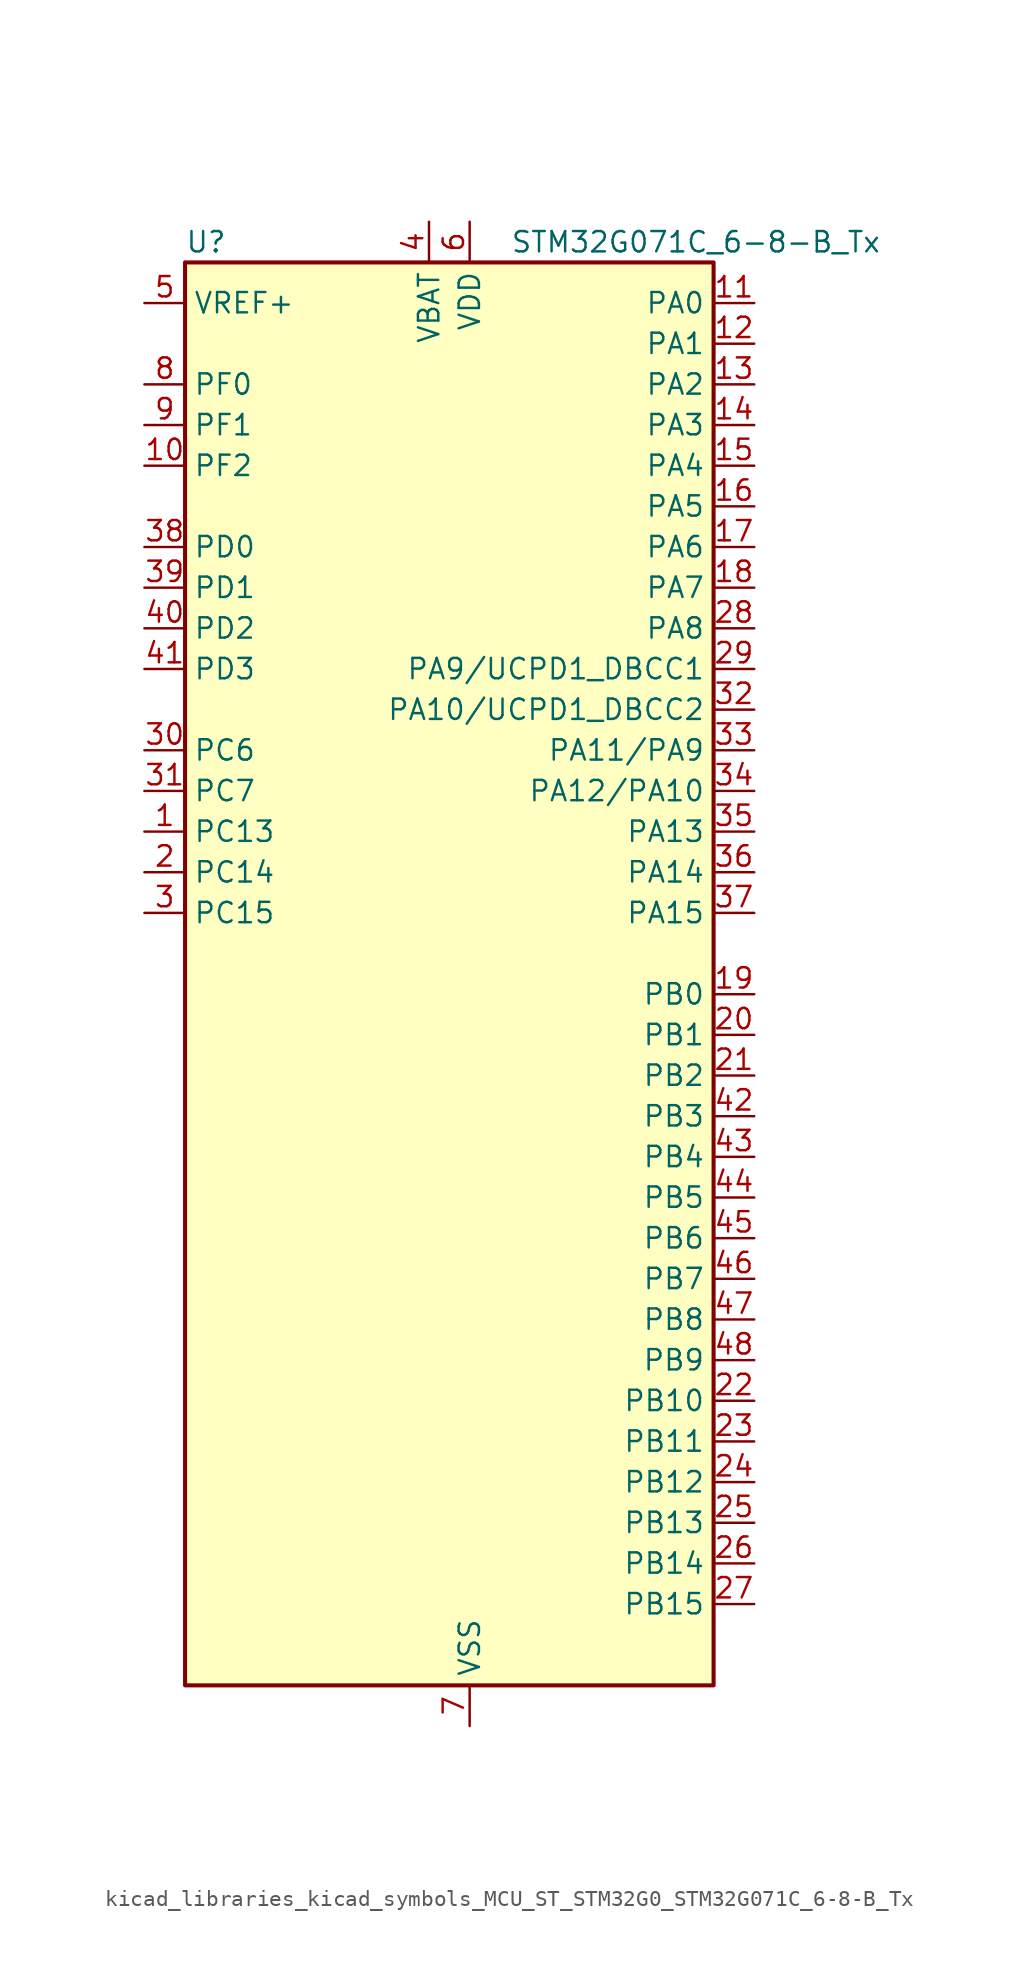
<source format=kicad_sym>
(kicad_symbol_lib
  (version 20220914)
  (generator kicad_symbol_editor)
  (symbol "kicad_libraries_kicad_symbols_MCU_ST_STM32G0_STM32G071C_6-8-B_Tx"
    (property "Reference" "U"
      (at -15.24 46.99 0)
      (effects (font (size 1.27 1.27)) (justify left)))
    (property "Value" "STM32G071C_6-8-B_Tx"
      (at 5.08 46.99 0)
      (effects (font (size 1.27 1.27)) (justify left)))
    (property "ki_locked" ""
      (at 0 0 0)
      (effects (font (size 1.27 1.27))))
    (symbol "kicad_libraries_kicad_symbols_MCU_ST_STM32G0_STM32G071C_6-8-B_Tx_0_1"
      (rectangle (start -15.24 -43.18) (end 17.78 45.72) (stroke (width 0.254) (type default)) (fill (type background))))
    (symbol "kicad_libraries_kicad_symbols_MCU_ST_STM32G0_STM32G071C_6-8-B_Tx_1_1"
      (pin bidirectional line (at -17.78 10.16 0) (length 2.54) (name "PC13" (effects (font (size 1.27 1.27)))) (number "1" (effects (font (size 1.27 1.27)))) (alternate "RTC_OUT_ALARM" bidirectional line) (alternate "RTC_OUT_CALIB" bidirectional line) (alternate "RTC_TAMP_IN1" bidirectional line) (alternate "RTC_TS" bidirectional line) (alternate "SYS_WKUP2" bidirectional line) (alternate "TIM1_BK" bidirectional line))
      (pin bidirectional line (at -17.78 33.02 0) (length 2.54) (name "PF2" (effects (font (size 1.27 1.27)))) (number "10" (effects (font (size 1.27 1.27)))) (alternate "RCC_MCO" bidirectional line))
      (pin bidirectional line (at 20.32 43.18 180) (length 2.54) (name "PA0" (effects (font (size 1.27 1.27)))) (number "11" (effects (font (size 1.27 1.27)))) (alternate "ADC1_IN0" bidirectional line) (alternate "COMP1_INM" bidirectional line) (alternate "COMP1_OUT" bidirectional line) (alternate "LPTIM1_OUT" bidirectional line) (alternate "RTC_TAMP_IN2" bidirectional line) (alternate "SPI2_SCK" bidirectional line) (alternate "SYS_WKUP1" bidirectional line) (alternate "TIM2_CH1" bidirectional line) (alternate "TIM2_ETR" bidirectional line) (alternate "UCPD2_FRSTX1" bidirectional line) (alternate "UCPD2_FRSTX2" bidirectional line) (alternate "USART2_CTS" bidirectional line) (alternate "USART2_NSS" bidirectional line) (alternate "USART4_TX" bidirectional line))
      (pin bidirectional line (at 20.32 40.64 180) (length 2.54) (name "PA1" (effects (font (size 1.27 1.27)))) (number "12" (effects (font (size 1.27 1.27)))) (alternate "ADC1_IN1" bidirectional line) (alternate "COMP1_INP" bidirectional line) (alternate "I2C1_SMBA" bidirectional line) (alternate "I2S1_CK" bidirectional line) (alternate "SPI1_SCK" bidirectional line) (alternate "TIM15_CH1N" bidirectional line) (alternate "TIM2_CH2" bidirectional line) (alternate "USART2_CK" bidirectional line) (alternate "USART2_DE" bidirectional line) (alternate "USART2_RTS" bidirectional line) (alternate "USART4_RX" bidirectional line))
      (pin bidirectional line (at 20.32 38.1 180) (length 2.54) (name "PA2" (effects (font (size 1.27 1.27)))) (number "13" (effects (font (size 1.27 1.27)))) (alternate "ADC1_IN2" bidirectional line) (alternate "COMP2_INM" bidirectional line) (alternate "COMP2_OUT" bidirectional line) (alternate "I2S1_SD" bidirectional line) (alternate "LPUART1_TX" bidirectional line) (alternate "RCC_LSCO" bidirectional line) (alternate "SPI1_MOSI" bidirectional line) (alternate "SYS_WKUP4" bidirectional line) (alternate "TIM15_CH1" bidirectional line) (alternate "TIM2_CH3" bidirectional line) (alternate "UCPD1_FRSTX1" bidirectional line) (alternate "UCPD1_FRSTX2" bidirectional line) (alternate "USART2_TX" bidirectional line))
      (pin bidirectional line (at 20.32 35.56 180) (length 2.54) (name "PA3" (effects (font (size 1.27 1.27)))) (number "14" (effects (font (size 1.27 1.27)))) (alternate "ADC1_IN3" bidirectional line) (alternate "COMP2_INP" bidirectional line) (alternate "LPUART1_RX" bidirectional line) (alternate "SPI2_MISO" bidirectional line) (alternate "TIM15_CH2" bidirectional line) (alternate "TIM2_CH4" bidirectional line) (alternate "UCPD2_FRSTX1" bidirectional line) (alternate "UCPD2_FRSTX2" bidirectional line) (alternate "USART2_RX" bidirectional line))
      (pin bidirectional line (at 20.32 33.02 180) (length 2.54) (name "PA4" (effects (font (size 1.27 1.27)))) (number "15" (effects (font (size 1.27 1.27)))) (alternate "ADC1_IN4" bidirectional line) (alternate "DAC1_OUT1" bidirectional line) (alternate "I2S1_WS" bidirectional line) (alternate "LPTIM2_OUT" bidirectional line) (alternate "RTC_OUT_ALARM" bidirectional line) (alternate "RTC_OUT_CALIB" bidirectional line) (alternate "SPI1_NSS" bidirectional line) (alternate "SPI2_MOSI" bidirectional line) (alternate "TIM14_CH1" bidirectional line) (alternate "UCPD2_FRSTX1" bidirectional line) (alternate "UCPD2_FRSTX2" bidirectional line))
      (pin bidirectional line (at 20.32 30.48 180) (length 2.54) (name "PA5" (effects (font (size 1.27 1.27)))) (number "16" (effects (font (size 1.27 1.27)))) (alternate "ADC1_IN5" bidirectional line) (alternate "CEC" bidirectional line) (alternate "DAC1_OUT2" bidirectional line) (alternate "I2S1_CK" bidirectional line) (alternate "LPTIM2_ETR" bidirectional line) (alternate "SPI1_SCK" bidirectional line) (alternate "TIM2_CH1" bidirectional line) (alternate "TIM2_ETR" bidirectional line) (alternate "UCPD1_FRSTX1" bidirectional line) (alternate "UCPD1_FRSTX2" bidirectional line) (alternate "USART3_TX" bidirectional line))
      (pin bidirectional line (at 20.32 27.94 180) (length 2.54) (name "PA6" (effects (font (size 1.27 1.27)))) (number "17" (effects (font (size 1.27 1.27)))) (alternate "ADC1_IN6" bidirectional line) (alternate "COMP1_OUT" bidirectional line) (alternate "I2S1_MCK" bidirectional line) (alternate "LPUART1_CTS" bidirectional line) (alternate "SPI1_MISO" bidirectional line) (alternate "TIM16_CH1" bidirectional line) (alternate "TIM1_BK" bidirectional line) (alternate "TIM3_CH1" bidirectional line) (alternate "USART3_CTS" bidirectional line) (alternate "USART3_NSS" bidirectional line))
      (pin bidirectional line (at 20.32 25.4 180) (length 2.54) (name "PA7" (effects (font (size 1.27 1.27)))) (number "18" (effects (font (size 1.27 1.27)))) (alternate "ADC1_IN7" bidirectional line) (alternate "COMP2_OUT" bidirectional line) (alternate "I2S1_SD" bidirectional line) (alternate "SPI1_MOSI" bidirectional line) (alternate "TIM14_CH1" bidirectional line) (alternate "TIM17_CH1" bidirectional line) (alternate "TIM1_CH1N" bidirectional line) (alternate "TIM3_CH2" bidirectional line) (alternate "UCPD1_FRSTX1" bidirectional line) (alternate "UCPD1_FRSTX2" bidirectional line))
      (pin bidirectional line (at 20.32 0 180) (length 2.54) (name "PB0" (effects (font (size 1.27 1.27)))) (number "19" (effects (font (size 1.27 1.27)))) (alternate "ADC1_IN8" bidirectional line) (alternate "COMP1_OUT" bidirectional line) (alternate "I2S1_WS" bidirectional line) (alternate "LPTIM1_OUT" bidirectional line) (alternate "SPI1_NSS" bidirectional line) (alternate "TIM1_CH2N" bidirectional line) (alternate "TIM3_CH3" bidirectional line) (alternate "UCPD1_FRSTX1" bidirectional line) (alternate "UCPD1_FRSTX2" bidirectional line) (alternate "USART3_RX" bidirectional line))
      (pin bidirectional line (at -17.78 7.62 0) (length 2.54) (name "PC14" (effects (font (size 1.27 1.27)))) (number "2" (effects (font (size 1.27 1.27)))) (alternate "RCC_OSC32_IN" bidirectional line) (alternate "TIM1_BK2" bidirectional line))
      (pin bidirectional line (at 20.32 -2.54 180) (length 2.54) (name "PB1" (effects (font (size 1.27 1.27)))) (number "20" (effects (font (size 1.27 1.27)))) (alternate "ADC1_IN9" bidirectional line) (alternate "COMP1_INM" bidirectional line) (alternate "LPTIM2_IN1" bidirectional line) (alternate "LPUART1_DE" bidirectional line) (alternate "LPUART1_RTS" bidirectional line) (alternate "TIM14_CH1" bidirectional line) (alternate "TIM1_CH3N" bidirectional line) (alternate "TIM3_CH4" bidirectional line) (alternate "USART3_CK" bidirectional line) (alternate "USART3_DE" bidirectional line) (alternate "USART3_RTS" bidirectional line))
      (pin bidirectional line (at 20.32 -5.08 180) (length 2.54) (name "PB2" (effects (font (size 1.27 1.27)))) (number "21" (effects (font (size 1.27 1.27)))) (alternate "ADC1_IN10" bidirectional line) (alternate "COMP1_INP" bidirectional line) (alternate "LPTIM1_OUT" bidirectional line) (alternate "SPI2_MISO" bidirectional line) (alternate "USART3_TX" bidirectional line))
      (pin bidirectional line (at 20.32 -25.4 180) (length 2.54) (name "PB10" (effects (font (size 1.27 1.27)))) (number "22" (effects (font (size 1.27 1.27)))) (alternate "ADC1_IN11" bidirectional line) (alternate "CEC" bidirectional line) (alternate "COMP1_OUT" bidirectional line) (alternate "I2C2_SCL" bidirectional line) (alternate "LPUART1_RX" bidirectional line) (alternate "SPI2_SCK" bidirectional line) (alternate "TIM2_CH3" bidirectional line) (alternate "USART3_TX" bidirectional line))
      (pin bidirectional line (at 20.32 -27.94 180) (length 2.54) (name "PB11" (effects (font (size 1.27 1.27)))) (number "23" (effects (font (size 1.27 1.27)))) (alternate "ADC1_EXTI11" bidirectional line) (alternate "ADC1_IN15" bidirectional line) (alternate "COMP2_OUT" bidirectional line) (alternate "I2C2_SDA" bidirectional line) (alternate "LPUART1_TX" bidirectional line) (alternate "SPI2_MOSI" bidirectional line) (alternate "TIM2_CH4" bidirectional line) (alternate "USART3_RX" bidirectional line))
      (pin bidirectional line (at 20.32 -30.48 180) (length 2.54) (name "PB12" (effects (font (size 1.27 1.27)))) (number "24" (effects (font (size 1.27 1.27)))) (alternate "ADC1_IN16" bidirectional line) (alternate "LPUART1_DE" bidirectional line) (alternate "LPUART1_RTS" bidirectional line) (alternate "SPI2_NSS" bidirectional line) (alternate "TIM15_BK" bidirectional line) (alternate "TIM1_BK" bidirectional line) (alternate "UCPD2_FRSTX1" bidirectional line) (alternate "UCPD2_FRSTX2" bidirectional line))
      (pin bidirectional line (at 20.32 -33.02 180) (length 2.54) (name "PB13" (effects (font (size 1.27 1.27)))) (number "25" (effects (font (size 1.27 1.27)))) (alternate "I2C2_SCL" bidirectional line) (alternate "LPUART1_CTS" bidirectional line) (alternate "SPI2_SCK" bidirectional line) (alternate "TIM15_CH1N" bidirectional line) (alternate "TIM1_CH1N" bidirectional line) (alternate "USART3_CTS" bidirectional line) (alternate "USART3_NSS" bidirectional line))
      (pin bidirectional line (at 20.32 -35.56 180) (length 2.54) (name "PB14" (effects (font (size 1.27 1.27)))) (number "26" (effects (font (size 1.27 1.27)))) (alternate "I2C2_SDA" bidirectional line) (alternate "SPI2_MISO" bidirectional line) (alternate "TIM15_CH1" bidirectional line) (alternate "TIM1_CH2N" bidirectional line) (alternate "UCPD1_FRSTX1" bidirectional line) (alternate "UCPD1_FRSTX2" bidirectional line) (alternate "USART3_CK" bidirectional line) (alternate "USART3_DE" bidirectional line) (alternate "USART3_RTS" bidirectional line))
      (pin bidirectional line (at 20.32 -38.1 180) (length 2.54) (name "PB15" (effects (font (size 1.27 1.27)))) (number "27" (effects (font (size 1.27 1.27)))) (alternate "RTC_REFIN" bidirectional line) (alternate "SPI2_MOSI" bidirectional line) (alternate "TIM15_CH1N" bidirectional line) (alternate "TIM15_CH2" bidirectional line) (alternate "TIM1_CH3N" bidirectional line) (alternate "UCPD1_CC2" bidirectional line))
      (pin bidirectional line (at 20.32 22.86 180) (length 2.54) (name "PA8" (effects (font (size 1.27 1.27)))) (number "28" (effects (font (size 1.27 1.27)))) (alternate "LPTIM2_OUT" bidirectional line) (alternate "RCC_MCO" bidirectional line) (alternate "SPI2_NSS" bidirectional line) (alternate "TIM1_CH1" bidirectional line) (alternate "UCPD1_CC1" bidirectional line))
      (pin bidirectional line (at 20.32 20.32 180) (length 2.54) (name "PA9/UCPD1_DBCC1" (effects (font (size 1.27 1.27)))) (number "29" (effects (font (size 1.27 1.27)))) (alternate "DAC1_EXTI9" bidirectional line) (alternate "I2C1_SCL" bidirectional line) (alternate "RCC_MCO" bidirectional line) (alternate "SPI2_MISO" bidirectional line) (alternate "TIM15_BK" bidirectional line) (alternate "TIM1_CH2" bidirectional line) (alternate "UCPD1_DBCC1" bidirectional line) (alternate "USART1_TX" bidirectional line))
      (pin bidirectional line (at -17.78 5.08 0) (length 2.54) (name "PC15" (effects (font (size 1.27 1.27)))) (number "3" (effects (font (size 1.27 1.27)))) (alternate "RCC_OSC32_EN" bidirectional line) (alternate "RCC_OSC32_OUT" bidirectional line) (alternate "RCC_OSC_EN" bidirectional line) (alternate "TIM15_BK" bidirectional line))
      (pin bidirectional line (at -17.78 15.24 0) (length 2.54) (name "PC6" (effects (font (size 1.27 1.27)))) (number "30" (effects (font (size 1.27 1.27)))) (alternate "TIM2_CH3" bidirectional line) (alternate "TIM3_CH1" bidirectional line) (alternate "UCPD1_FRSTX1" bidirectional line) (alternate "UCPD1_FRSTX2" bidirectional line))
      (pin bidirectional line (at -17.78 12.7 0) (length 2.54) (name "PC7" (effects (font (size 1.27 1.27)))) (number "31" (effects (font (size 1.27 1.27)))) (alternate "TIM2_CH4" bidirectional line) (alternate "TIM3_CH2" bidirectional line) (alternate "UCPD2_FRSTX1" bidirectional line) (alternate "UCPD2_FRSTX2" bidirectional line))
      (pin bidirectional line (at 20.32 17.78 180) (length 2.54) (name "PA10/UCPD1_DBCC2" (effects (font (size 1.27 1.27)))) (number "32" (effects (font (size 1.27 1.27)))) (alternate "I2C1_SDA" bidirectional line) (alternate "SPI2_MOSI" bidirectional line) (alternate "TIM17_BK" bidirectional line) (alternate "TIM1_CH3" bidirectional line) (alternate "UCPD1_DBCC2" bidirectional line) (alternate "USART1_RX" bidirectional line))
      (pin bidirectional line (at 20.32 15.24 180) (length 2.54) (name "PA11/PA9" (effects (font (size 1.27 1.27)))) (number "33" (effects (font (size 1.27 1.27)))) (alternate "ADC1_EXTI11" bidirectional line) (alternate "COMP1_OUT" bidirectional line) (alternate "I2C2_SCL" bidirectional line) (alternate "I2S1_MCK" bidirectional line) (alternate "SPI1_MISO" bidirectional line) (alternate "TIM1_BK2" bidirectional line) (alternate "TIM1_CH4" bidirectional line) (alternate "USART1_CTS" bidirectional line) (alternate "USART1_NSS" bidirectional line))
      (pin bidirectional line (at 20.32 12.7 180) (length 2.54) (name "PA12/PA10" (effects (font (size 1.27 1.27)))) (number "34" (effects (font (size 1.27 1.27)))) (alternate "COMP2_OUT" bidirectional line) (alternate "I2C2_SDA" bidirectional line) (alternate "I2S1_SD" bidirectional line) (alternate "I2S_CKIN" bidirectional line) (alternate "SPI1_MOSI" bidirectional line) (alternate "TIM1_ETR" bidirectional line) (alternate "USART1_CK" bidirectional line) (alternate "USART1_DE" bidirectional line) (alternate "USART1_RTS" bidirectional line))
      (pin bidirectional line (at 20.32 10.16 180) (length 2.54) (name "PA13" (effects (font (size 1.27 1.27)))) (number "35" (effects (font (size 1.27 1.27)))) (alternate "IR_OUT" bidirectional line) (alternate "SYS_SWDIO" bidirectional line))
      (pin bidirectional line (at 20.32 7.62 180) (length 2.54) (name "PA14" (effects (font (size 1.27 1.27)))) (number "36" (effects (font (size 1.27 1.27)))) (alternate "SYS_SWCLK" bidirectional line) (alternate "USART2_TX" bidirectional line))
      (pin bidirectional line (at 20.32 5.08 180) (length 2.54) (name "PA15" (effects (font (size 1.27 1.27)))) (number "37" (effects (font (size 1.27 1.27)))) (alternate "I2S1_WS" bidirectional line) (alternate "SPI1_NSS" bidirectional line) (alternate "TIM2_CH1" bidirectional line) (alternate "TIM2_ETR" bidirectional line) (alternate "USART2_RX" bidirectional line) (alternate "USART3_CK" bidirectional line) (alternate "USART3_DE" bidirectional line) (alternate "USART3_RTS" bidirectional line) (alternate "USART4_CK" bidirectional line) (alternate "USART4_DE" bidirectional line) (alternate "USART4_RTS" bidirectional line))
      (pin bidirectional line (at -17.78 27.94 0) (length 2.54) (name "PD0" (effects (font (size 1.27 1.27)))) (number "38" (effects (font (size 1.27 1.27)))) (alternate "SPI2_NSS" bidirectional line) (alternate "TIM16_CH1" bidirectional line) (alternate "UCPD2_CC1" bidirectional line))
      (pin bidirectional line (at -17.78 25.4 0) (length 2.54) (name "PD1" (effects (font (size 1.27 1.27)))) (number "39" (effects (font (size 1.27 1.27)))) (alternate "SPI2_SCK" bidirectional line) (alternate "TIM17_CH1" bidirectional line) (alternate "UCPD2_DBCC1" bidirectional line))
      (pin power_in line (at 0 48.26 270) (length 2.54) (name "VBAT" (effects (font (size 1.27 1.27)))) (number "4" (effects (font (size 1.27 1.27)))))
      (pin bidirectional line (at -17.78 22.86 0) (length 2.54) (name "PD2" (effects (font (size 1.27 1.27)))) (number "40" (effects (font (size 1.27 1.27)))) (alternate "TIM1_CH1N" bidirectional line) (alternate "TIM3_ETR" bidirectional line) (alternate "UCPD2_CC2" bidirectional line) (alternate "USART3_CK" bidirectional line) (alternate "USART3_DE" bidirectional line) (alternate "USART3_RTS" bidirectional line))
      (pin bidirectional line (at -17.78 20.32 0) (length 2.54) (name "PD3" (effects (font (size 1.27 1.27)))) (number "41" (effects (font (size 1.27 1.27)))) (alternate "SPI2_MISO" bidirectional line) (alternate "TIM1_CH2N" bidirectional line) (alternate "UCPD2_DBCC2" bidirectional line) (alternate "USART2_CTS" bidirectional line) (alternate "USART2_NSS" bidirectional line))
      (pin bidirectional line (at 20.32 -7.62 180) (length 2.54) (name "PB3" (effects (font (size 1.27 1.27)))) (number "42" (effects (font (size 1.27 1.27)))) (alternate "COMP2_INM" bidirectional line) (alternate "I2S1_CK" bidirectional line) (alternate "SPI1_SCK" bidirectional line) (alternate "TIM1_CH2" bidirectional line) (alternate "TIM2_CH2" bidirectional line) (alternate "USART1_CK" bidirectional line) (alternate "USART1_DE" bidirectional line) (alternate "USART1_RTS" bidirectional line))
      (pin bidirectional line (at 20.32 -10.16 180) (length 2.54) (name "PB4" (effects (font (size 1.27 1.27)))) (number "43" (effects (font (size 1.27 1.27)))) (alternate "COMP2_INP" bidirectional line) (alternate "I2S1_MCK" bidirectional line) (alternate "SPI1_MISO" bidirectional line) (alternate "TIM17_BK" bidirectional line) (alternate "TIM3_CH1" bidirectional line) (alternate "USART1_CTS" bidirectional line) (alternate "USART1_NSS" bidirectional line))
      (pin bidirectional line (at 20.32 -12.7 180) (length 2.54) (name "PB5" (effects (font (size 1.27 1.27)))) (number "44" (effects (font (size 1.27 1.27)))) (alternate "COMP2_OUT" bidirectional line) (alternate "I2C1_SMBA" bidirectional line) (alternate "I2S1_SD" bidirectional line) (alternate "LPTIM1_IN1" bidirectional line) (alternate "SPI1_MOSI" bidirectional line) (alternate "SYS_WKUP6" bidirectional line) (alternate "TIM16_BK" bidirectional line) (alternate "TIM3_CH2" bidirectional line))
      (pin bidirectional line (at 20.32 -15.24 180) (length 2.54) (name "PB6" (effects (font (size 1.27 1.27)))) (number "45" (effects (font (size 1.27 1.27)))) (alternate "COMP2_INP" bidirectional line) (alternate "I2C1_SCL" bidirectional line) (alternate "LPTIM1_ETR" bidirectional line) (alternate "SPI2_MISO" bidirectional line) (alternate "TIM16_CH1N" bidirectional line) (alternate "TIM1_CH3" bidirectional line) (alternate "USART1_TX" bidirectional line))
      (pin bidirectional line (at 20.32 -17.78 180) (length 2.54) (name "PB7" (effects (font (size 1.27 1.27)))) (number "46" (effects (font (size 1.27 1.27)))) (alternate "COMP2_INM" bidirectional line) (alternate "I2C1_SDA" bidirectional line) (alternate "LPTIM1_IN2" bidirectional line) (alternate "SPI2_MOSI" bidirectional line) (alternate "SYS_PVD_IN" bidirectional line) (alternate "TIM17_CH1N" bidirectional line) (alternate "USART1_RX" bidirectional line) (alternate "USART4_CTS" bidirectional line) (alternate "USART4_NSS" bidirectional line))
      (pin bidirectional line (at 20.32 -20.32 180) (length 2.54) (name "PB8" (effects (font (size 1.27 1.27)))) (number "47" (effects (font (size 1.27 1.27)))) (alternate "CEC" bidirectional line) (alternate "I2C1_SCL" bidirectional line) (alternate "SPI2_SCK" bidirectional line) (alternate "TIM15_BK" bidirectional line) (alternate "TIM16_CH1" bidirectional line) (alternate "USART3_TX" bidirectional line))
      (pin bidirectional line (at 20.32 -22.86 180) (length 2.54) (name "PB9" (effects (font (size 1.27 1.27)))) (number "48" (effects (font (size 1.27 1.27)))) (alternate "DAC1_EXTI9" bidirectional line) (alternate "I2C1_SDA" bidirectional line) (alternate "IR_OUT" bidirectional line) (alternate "SPI2_NSS" bidirectional line) (alternate "TIM17_CH1" bidirectional line) (alternate "UCPD2_FRSTX1" bidirectional line) (alternate "UCPD2_FRSTX2" bidirectional line) (alternate "USART3_RX" bidirectional line))
      (pin input line (at -17.78 43.18 0) (length 2.54) (name "VREF+" (effects (font (size 1.27 1.27)))) (number "5" (effects (font (size 1.27 1.27)))) (alternate "VREFBUF_OUT" bidirectional line))
      (pin power_in line (at 2.54 48.26 270) (length 2.54) (name "VDD" (effects (font (size 1.27 1.27)))) (number "6" (effects (font (size 1.27 1.27)))))
      (pin power_in line (at 2.54 -45.72 90) (length 2.54) (name "VSS" (effects (font (size 1.27 1.27)))) (number "7" (effects (font (size 1.27 1.27)))))
      (pin bidirectional line (at -17.78 38.1 0) (length 2.54) (name "PF0" (effects (font (size 1.27 1.27)))) (number "8" (effects (font (size 1.27 1.27)))) (alternate "RCC_OSC_IN" bidirectional line) (alternate "TIM14_CH1" bidirectional line))
      (pin bidirectional line (at -17.78 35.56 0) (length 2.54) (name "PF1" (effects (font (size 1.27 1.27)))) (number "9" (effects (font (size 1.27 1.27)))) (alternate "RCC_OSC_EN" bidirectional line) (alternate "RCC_OSC_OUT" bidirectional line) (alternate "TIM15_CH1N" bidirectional line)))))
</source>
